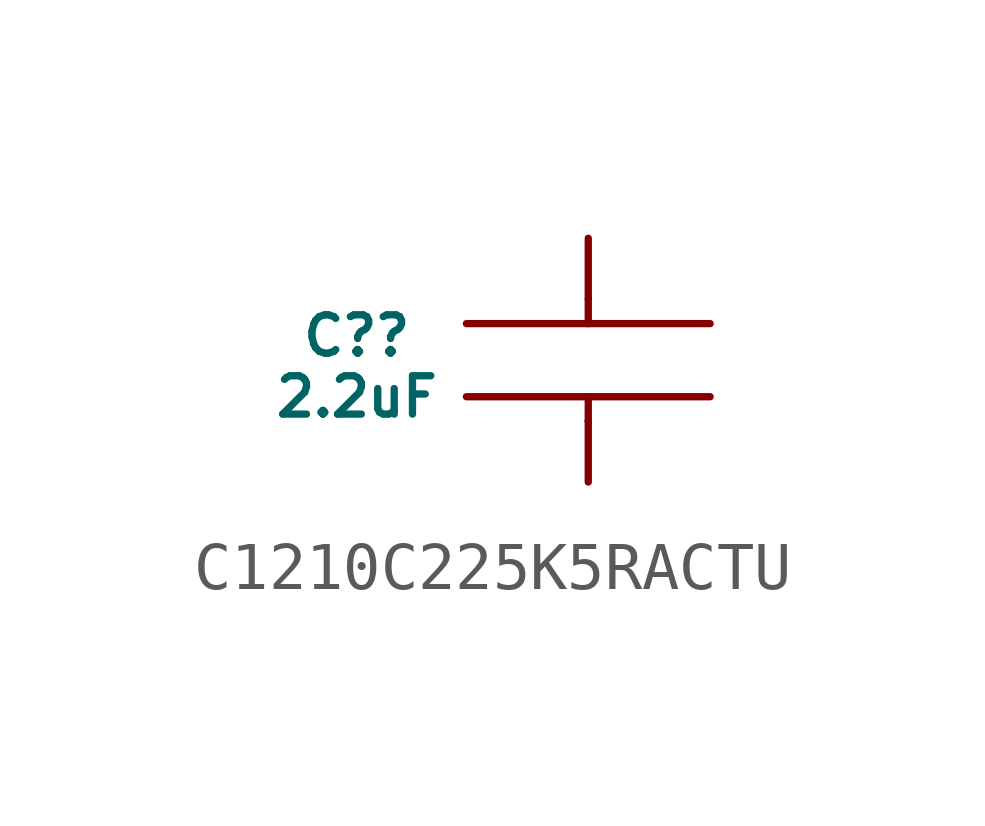
<source format=kicad_sym>
(kicad_symbol_lib
  (version 20231120)
  (generator "kicad_symbol_editor")
  (generator_version "8.0")
  (symbol "C1210C225K5RACTU"
    (pin_numbers hide)
    (pin_names hide)
    (property "Reference" "C?"
      (at -4.826 0.508 0)
      (do_not_autoplace)
      (effects (font (size 0.8 0.8))))
    (property "Value" "2.2uF"
      (at -4.826 -0.762 0)
      (do_not_autoplace)
      (effects (font (size 0.8 0.8))))
    (symbol "C1210C225K5RACTU_0_1"
      (polyline (pts (xy 0 -1.27) (xy 0 -1.27)) (stroke (width 0) (type default)) (fill (type none)))
      (polyline (pts (xy 0 -1.27) (xy 0 -0.762)) (stroke (width 0) (type default)) (fill (type none)))
      (polyline (pts (xy 0 0.762) (xy 0 1.27)) (stroke (width 0) (type default)) (fill (type none))))
    (symbol "C1210C225K5RACTU_1_0"
      (pin passive line (at 0 -2.54 90) (length 1.27) (name "" (effects (font (size 0.8 0.8)))) (number "1" (effects (font (size 0.8 0.8)))))
      (pin passive line (at 0 2.54 270) (length 1.27) (name "" (effects (font (size 0.8 0.8)))) (number "2" (effects (font (size 0.8 0.8))))))
    (symbol "C1210C225K5RACTU_1_1"
      (polyline (pts (xy -2.54 -0.762) (xy 2.54 -0.762)) (stroke (width 0) (type solid)) (fill (type none)))
      (polyline (pts (xy -2.54 0.762) (xy 2.54 0.762)) (stroke (width 0) (type solid)) (fill (type none))))))
</source>
